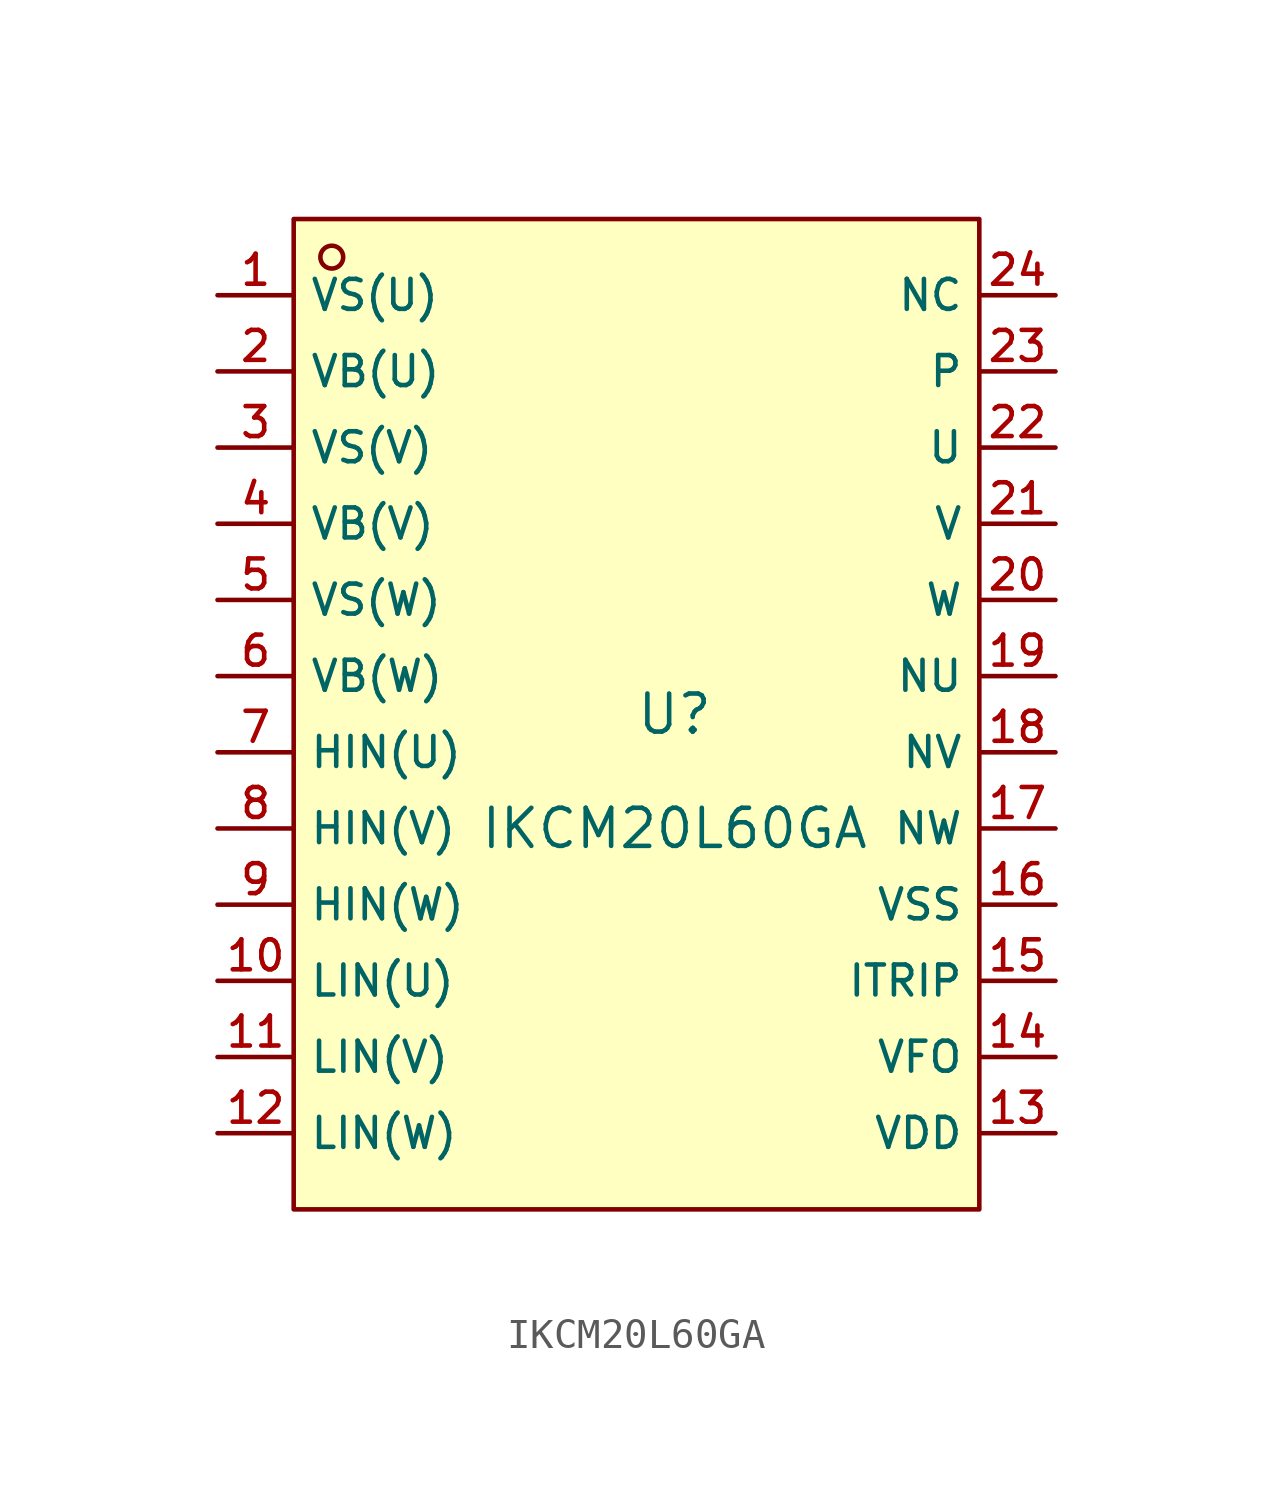
<source format=kicad_sym>
(kicad_symbol_lib
  (version 20210201)
  (generator TousstNicolas/JLC2KiCad_lib)
  (symbol "IKCM20L60GA"
    (property "Reference" "U"
      (at 0 1.27 0)
      (effects (font (size 1.27 1.27))))
    (property "Value" "IKCM20L60GA"
      (at 0 -2.54 0)
      (effects (font (size 1.27 1.27))))
    (symbol "IKCM20L60GA_0_1"
      (rectangle (start -12.7 17.78) (end 10.16 -15.24) (stroke (width 0) (type default) (color 0 0 0 0)) (fill (type background)))
      (circle (center -11.43 16.51) (radius 0.381) (stroke (width 0) (type default) (color 0 0 0 0)) (fill (type background)))
      (pin unspecified line (at -15.24 15.24 0) (length 2.54) (name "VS(U)" (effects (font (size 1 1)))) (number "1" (effects (font (size 1 1)))))
      (pin unspecified line (at -15.24 12.7 0) (length 2.54) (name "VB(U)" (effects (font (size 1 1)))) (number "2" (effects (font (size 1 1)))))
      (pin unspecified line (at -15.24 10.16 0) (length 2.54) (name "VS(V)" (effects (font (size 1 1)))) (number "3" (effects (font (size 1 1)))))
      (pin unspecified line (at -15.24 7.62 0) (length 2.54) (name "VB(V)" (effects (font (size 1 1)))) (number "4" (effects (font (size 1 1)))))
      (pin unspecified line (at -15.24 5.08 0) (length 2.54) (name "VS(W)" (effects (font (size 1 1)))) (number "5" (effects (font (size 1 1)))))
      (pin unspecified line (at -15.24 2.54 0) (length 2.54) (name "VB(W)" (effects (font (size 1 1)))) (number "6" (effects (font (size 1 1)))))
      (pin unspecified line (at -15.24 -0.0 0) (length 2.54) (name "HIN(U)" (effects (font (size 1 1)))) (number "7" (effects (font (size 1 1)))))
      (pin unspecified line (at -15.24 -2.54 0) (length 2.54) (name "HIN(V)" (effects (font (size 1 1)))) (number "8" (effects (font (size 1 1)))))
      (pin unspecified line (at -15.24 -5.08 0) (length 2.54) (name "HIN(W)" (effects (font (size 1 1)))) (number "9" (effects (font (size 1 1)))))
      (pin unspecified line (at -15.24 -7.62 0) (length 2.54) (name "LIN(U)" (effects (font (size 1 1)))) (number "10" (effects (font (size 1 1)))))
      (pin unspecified line (at -15.24 -10.16 0) (length 2.54) (name "LIN(V)" (effects (font (size 1 1)))) (number "11" (effects (font (size 1 1)))))
      (pin unspecified line (at -15.24 -12.7 0) (length 2.54) (name "LIN(W)" (effects (font (size 1 1)))) (number "12" (effects (font (size 1 1)))))
      (pin unspecified line (at 12.7 -12.7 180) (length 2.54) (name "VDD" (effects (font (size 1 1)))) (number "13" (effects (font (size 1 1)))))
      (pin unspecified line (at 12.7 -10.16 180) (length 2.54) (name "VFO" (effects (font (size 1 1)))) (number "14" (effects (font (size 1 1)))))
      (pin unspecified line (at 12.7 -7.62 180) (length 2.54) (name "ITRIP" (effects (font (size 1 1)))) (number "15" (effects (font (size 1 1)))))
      (pin unspecified line (at 12.7 -5.08 180) (length 2.54) (name "VSS" (effects (font (size 1 1)))) (number "16" (effects (font (size 1 1)))))
      (pin unspecified line (at 12.7 -2.54 180) (length 2.54) (name "NW" (effects (font (size 1 1)))) (number "17" (effects (font (size 1 1)))))
      (pin unspecified line (at 12.7 -0.0 180) (length 2.54) (name "NV" (effects (font (size 1 1)))) (number "18" (effects (font (size 1 1)))))
      (pin unspecified line (at 12.7 2.54 180) (length 2.54) (name "NU" (effects (font (size 1 1)))) (number "19" (effects (font (size 1 1)))))
      (pin unspecified line (at 12.7 5.08 180) (length 2.54) (name "W" (effects (font (size 1 1)))) (number "20" (effects (font (size 1 1)))))
      (pin unspecified line (at 12.7 7.62 180) (length 2.54) (name "V" (effects (font (size 1 1)))) (number "21" (effects (font (size 1 1)))))
      (pin unspecified line (at 12.7 10.16 180) (length 2.54) (name "U" (effects (font (size 1 1)))) (number "22" (effects (font (size 1 1)))))
      (pin unspecified line (at 12.7 12.7 180) (length 2.54) (name "P" (effects (font (size 1 1)))) (number "23" (effects (font (size 1 1)))))
      (pin unspecified line (at 12.7 15.24 180) (length 2.54) (name "NC" (effects (font (size 1 1)))) (number "24" (effects (font (size 1 1))))))))
</source>
